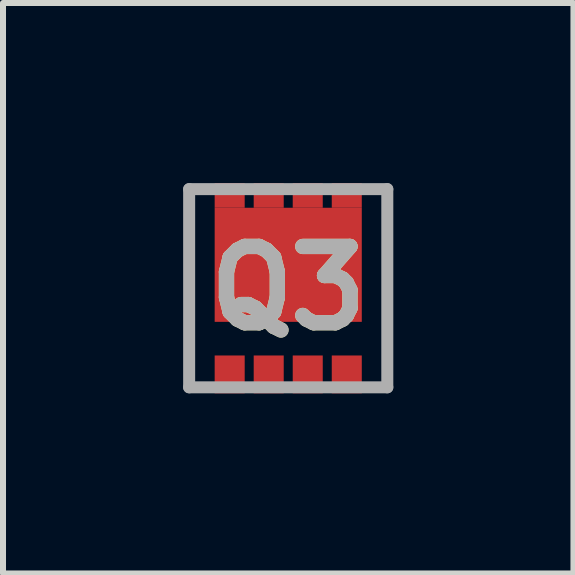
<source format=kicad_pcb>
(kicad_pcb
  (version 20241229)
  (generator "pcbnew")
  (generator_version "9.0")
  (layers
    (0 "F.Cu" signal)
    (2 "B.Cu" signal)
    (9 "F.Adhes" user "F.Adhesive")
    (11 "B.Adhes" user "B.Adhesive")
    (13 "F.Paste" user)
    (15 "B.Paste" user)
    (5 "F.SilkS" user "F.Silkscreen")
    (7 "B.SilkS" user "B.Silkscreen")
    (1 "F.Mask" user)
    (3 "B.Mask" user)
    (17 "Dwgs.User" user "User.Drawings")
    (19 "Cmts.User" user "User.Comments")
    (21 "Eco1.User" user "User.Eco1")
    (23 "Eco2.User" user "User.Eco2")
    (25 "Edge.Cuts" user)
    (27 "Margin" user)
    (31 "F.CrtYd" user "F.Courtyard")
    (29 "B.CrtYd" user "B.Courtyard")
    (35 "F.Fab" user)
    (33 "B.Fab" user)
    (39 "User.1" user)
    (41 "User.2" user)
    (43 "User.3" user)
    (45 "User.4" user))
  (footprint "Q3"
    (layer "F.Cu")
    (at 1.75 1.75)
    (property "Reference" "Q3" (at 0 0 0) (layer "F.SilkS") (effects (font (size 1.27 1.27) (thickness 0.254))))
    (attr smd)
    (fp_line (start -1.65 -1.65) (end -1.65 1.65) (stroke (width 0.1) (type solid)) (layer "F.SilkS"))
    (fp_line (start 1.65 -1.65) (end 1.65 1.65) (stroke (width 0.1) (type solid)) (layer "F.SilkS"))
    (fp_line (start -1.65 -1.65) (end -1.65 1.65) (stroke (width 0.2) (type solid)) (layer "F.Fab"))
    (fp_line (start -1.65 1.65) (end 1.65 1.65) (stroke (width 0.2) (type solid)) (layer "F.Fab"))
    (fp_line (start 1.65 -1.65) (end -1.65 -1.65) (stroke (width 0.2) (type solid)) (layer "F.Fab"))
    (fp_line (start 1.65 1.65) (end 1.65 -1.65) (stroke (width 0.2) (type solid)) (layer "F.Fab"))
    (fp_text user "${REFERENCE}" (at 0 0 0) (layer "F.Fab") (effects (font (size 1.27 1.27) (thickness 0.254))))
    (pad "1" smd rect (at -0.975 1.435) (size 0.5 0.63) (layers "F.Cu" "F.Mask" "F.Paste"))
    (pad "2" smd rect (at -0.325 1.435) (size 0.5 0.63) (layers "F.Cu" "F.Mask" "F.Paste"))
    (pad "3" smd rect (at 0.325 1.435) (size 0.5 0.63) (layers "F.Cu" "F.Mask" "F.Paste"))
    (pad "4" smd rect (at 0.975 1.435) (size 0.5 0.63) (layers "F.Cu" "F.Mask" "F.Paste"))
    (pad "5" smd rect (at 0.975 -1.545 90) (size 0.41 0.5) (layers "F.Cu" "F.Mask" "F.Paste"))
    (pad "6" smd rect (at 0.325 -1.545 90) (size 0.41 0.5) (layers "F.Cu" "F.Mask" "F.Paste"))
    (pad "7" smd rect (at -0.325 -1.545 90) (size 0.41 0.5) (layers "F.Cu" "F.Mask" "F.Paste"))
    (pad "8" smd rect (at -0.975 -1.545 90) (size 0.41 0.5) (layers "F.Cu" "F.Mask" "F.Paste"))
    (pad "9" smd rect (at 0 -0.39 90) (size 1.9 2.45) (layers "F.Cu" "F.Mask" "F.Paste")))
  (gr_rect
    (start -3 -3)
    (end 6.5 6.5)
    (stroke (width 0.1) (type default))
    (fill no)
    (layer "Edge.Cuts")))
</source>
